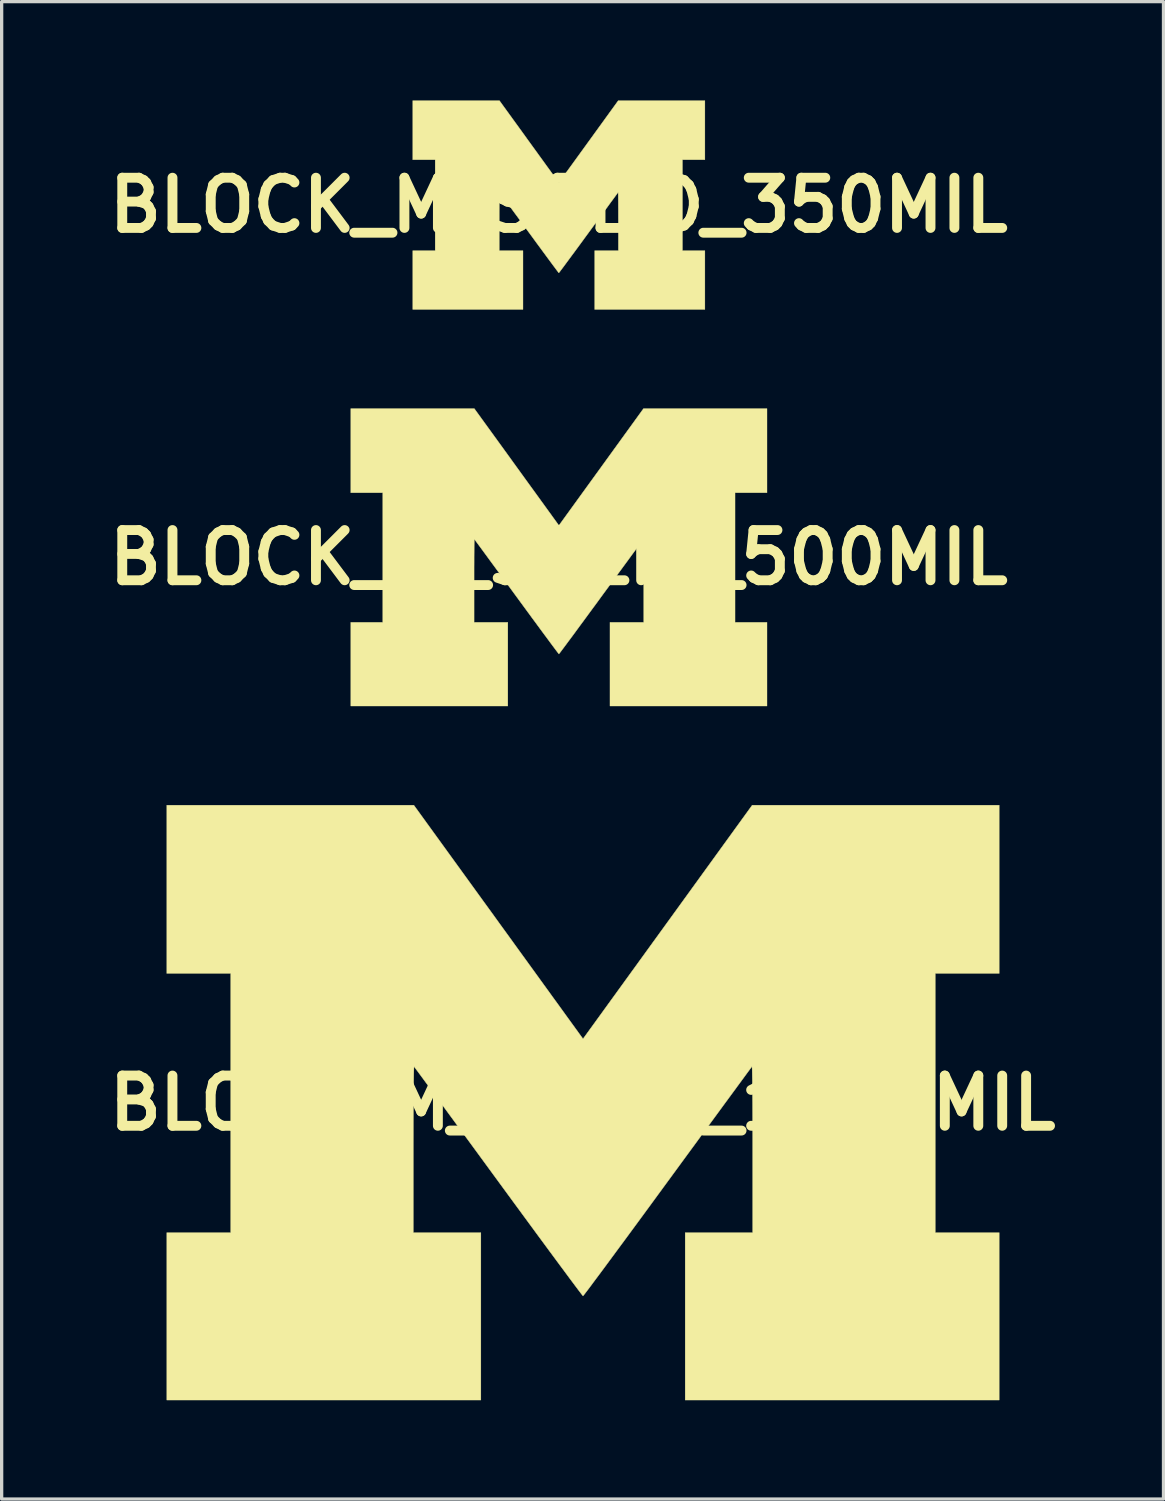
<source format=kicad_pcb>
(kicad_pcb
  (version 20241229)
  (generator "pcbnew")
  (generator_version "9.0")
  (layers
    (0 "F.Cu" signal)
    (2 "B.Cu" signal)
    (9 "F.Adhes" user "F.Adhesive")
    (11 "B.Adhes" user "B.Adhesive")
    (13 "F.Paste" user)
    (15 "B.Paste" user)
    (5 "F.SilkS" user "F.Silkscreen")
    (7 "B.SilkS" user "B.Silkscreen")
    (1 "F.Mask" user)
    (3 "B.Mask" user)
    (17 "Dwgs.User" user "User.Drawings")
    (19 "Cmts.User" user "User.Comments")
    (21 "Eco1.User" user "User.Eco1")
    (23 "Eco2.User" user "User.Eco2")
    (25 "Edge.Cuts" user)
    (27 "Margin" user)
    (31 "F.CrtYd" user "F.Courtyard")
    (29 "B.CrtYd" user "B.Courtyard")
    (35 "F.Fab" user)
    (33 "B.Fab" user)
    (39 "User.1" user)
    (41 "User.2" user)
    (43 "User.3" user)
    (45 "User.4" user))
  (footprint "BLOCK_M_SOLID_1000MIL"
    (layer "F.Cu")
    (at 14.63 30.427)
    (property "Reference" "BLOCK_M_SOLID_1000MIL" (at 0 0 0) (layer "F.SilkS") (effects (font (size 1.524 1.524) (thickness 0.3))))
    (attr through_hole)
    (fp_poly (pts (xy -2.999 -6.111) (xy -2.731 -5.742) (xy -2.467 -5.376) (xy -2.207 -5.018) (xy -1.956 -4.67) (xy -1.714 -4.336) (xy -1.485 -4.02) (xy -1.271 -3.724) (xy -1.074 -3.452) (xy -0.897 -3.207) (xy -0.742 -2.994) (xy -0.612 -2.814) (xy -0.509 -2.671) (xy -0.435 -2.569) (xy -0.432 -2.565) (xy 0.014 -1.949) (xy 2.581 -5.494) (xy 5.148 -9.04) (xy 8.897 -9.04) (xy 12.645 -9.04) (xy 12.645 -3.933) (xy 10.706 -3.933) (xy 10.706 3.933) (xy 12.645 3.933) (xy 12.645 9.013) (xy 3.114 9.013) (xy 3.114 3.933) (xy 5.162 3.933) (xy 5.162 1.402) (xy 5.162 1.036) (xy 5.161 0.686) (xy 5.16 0.356) (xy 5.159 0.05) (xy 5.157 -0.228) (xy 5.155 -0.475) (xy 5.153 -0.687) (xy 5.15 -0.86) (xy 5.148 -0.99) (xy 5.145 -1.074) (xy 5.142 -1.108) (xy 5.141 -1.109) (xy 5.123 -1.085) (xy 5.075 -1.019) (xy 4.997 -0.914) (xy 4.893 -0.772) (xy 4.763 -0.595) (xy 4.61 -0.386) (xy 4.435 -0.148) (xy 4.239 0.119) (xy 4.026 0.41) (xy 3.796 0.724) (xy 3.551 1.059) (xy 3.293 1.411) (xy 3.023 1.779) (xy 2.744 2.161) (xy 2.581 2.383) (xy 2.297 2.771) (xy 2.022 3.147) (xy 1.757 3.508) (xy 1.504 3.852) (xy 1.265 4.177) (xy 1.041 4.48) (xy 0.835 4.759) (xy 0.648 5.013) (xy 0.481 5.237) (xy 0.337 5.43) (xy 0.218 5.591) (xy 0.124 5.715) (xy 0.058 5.801) (xy 0.021 5.847) (xy 0.014 5.855) (xy -0.005 5.833) (xy -0.054 5.769) (xy -0.132 5.667) (xy -0.237 5.527) (xy -0.368 5.352) (xy -0.521 5.145) (xy -0.697 4.908) (xy -0.893 4.643) (xy -1.106 4.354) (xy -1.337 4.041) (xy -1.582 3.707) (xy -1.84 3.356) (xy -2.11 2.988) (xy -2.389 2.607) (xy -2.553 2.383) (xy -2.837 1.995) (xy -3.112 1.619) (xy -3.377 1.257) (xy -3.63 0.912) (xy -3.869 0.586) (xy -4.092 0.282) (xy -4.298 0.001) (xy -4.485 -0.254) (xy -4.651 -0.48) (xy -4.794 -0.675) (xy -4.913 -0.837) (xy -5.007 -0.964) (xy -5.072 -1.052) (xy -5.108 -1.1) (xy -5.114 -1.109) (xy -5.117 -1.085) (xy -5.12 -1.01) (xy -5.123 -0.889) (xy -5.125 -0.724) (xy -5.127 -0.519) (xy -5.129 -0.279) (xy -5.131 -0.006) (xy -5.133 0.295) (xy -5.134 0.62) (xy -5.134 0.966) (xy -5.135 1.33) (xy -5.135 1.402) (xy -5.135 3.933) (xy -3.086 3.933) (xy -3.086 9.013) (xy -12.618 9.013) (xy -12.618 3.933) (xy -10.679 3.933) (xy -10.679 -3.933) (xy -12.618 -3.933) (xy -12.618 -9.04) (xy -5.12 -9.04) (xy -2.999 -6.111)) (stroke (width 0.01) (type solid)) (fill yes) (layer "F.SilkS")))
  (footprint "BLOCK_M_SOLID_500MIL"
    (layer "F.Cu")
    (at 13.905 13.871)
    (property "Reference" "BLOCK_M_SOLID_500MIL" (at 0 0 0) (layer "F.SilkS") (effects (font (size 1.524 1.524) (thickness 0.3))))
    (attr through_hole)
    (fp_poly (pts (xy -1.499 -3.056) (xy -1.366 -2.871) (xy -1.233 -2.688) (xy -1.104 -2.509) (xy -0.978 -2.335) (xy -0.857 -2.168) (xy -0.742 -2.01) (xy -0.635 -1.862) (xy -0.537 -1.726) (xy -0.448 -1.604) (xy -0.371 -1.497) (xy -0.306 -1.407) (xy -0.254 -1.336) (xy -0.217 -1.285) (xy -0.216 -1.283) (xy 0.007 -0.974) (xy 2.574 -4.52) (xy 4.448 -4.52) (xy 6.323 -4.52) (xy 6.323 -1.966) (xy 5.353 -1.966) (xy 5.353 1.966) (xy 6.323 1.966) (xy 6.323 4.506) (xy 1.557 4.506) (xy 1.557 1.966) (xy 2.581 1.966) (xy 2.581 0.701) (xy 2.581 0.518) (xy 2.581 0.343) (xy 2.58 0.178) (xy 2.579 0.025) (xy 2.579 -0.114) (xy 2.578 -0.237) (xy 2.576 -0.343) (xy 2.575 -0.43) (xy 2.574 -0.495) (xy 2.572 -0.537) (xy 2.571 -0.554) (xy 2.571 -0.554) (xy 2.562 -0.542) (xy 2.537 -0.509) (xy 2.499 -0.457) (xy 2.446 -0.386) (xy 2.382 -0.298) (xy 2.305 -0.193) (xy 2.217 -0.074) (xy 2.12 0.059) (xy 2.013 0.205) (xy 1.898 0.362) (xy 1.775 0.529) (xy 1.646 0.706) (xy 1.512 0.89) (xy 1.372 1.08) (xy 1.29 1.192) (xy 1.149 1.386) (xy 1.011 1.573) (xy 0.878 1.754) (xy 0.752 1.926) (xy 0.632 2.088) (xy 0.521 2.24) (xy 0.418 2.38) (xy 0.324 2.506) (xy 0.241 2.618) (xy 0.169 2.715) (xy 0.109 2.795) (xy 0.062 2.858) (xy 0.029 2.901) (xy 0.011 2.924) (xy 0.007 2.927) (xy -0.002 2.916) (xy -0.027 2.885) (xy -0.066 2.833) (xy -0.119 2.763) (xy -0.184 2.676) (xy -0.261 2.572) (xy -0.348 2.454) (xy -0.446 2.322) (xy -0.553 2.177) (xy -0.668 2.02) (xy -0.791 1.854) (xy -0.92 1.678) (xy -1.055 1.494) (xy -1.194 1.304) (xy -1.277 1.191) (xy -1.419 0.997) (xy -1.556 0.809) (xy -1.689 0.629) (xy -1.815 0.456) (xy -1.934 0.293) (xy -2.046 0.141) (xy -2.149 0.000383) (xy -2.242 -0.127) (xy -2.325 -0.24) (xy -2.397 -0.338) (xy -2.457 -0.419) (xy -2.503 -0.482) (xy -2.536 -0.526) (xy -2.554 -0.55) (xy -2.557 -0.554) (xy -2.559 -0.542) (xy -2.56 -0.505) (xy -2.561 -0.444) (xy -2.563 -0.362) (xy -2.564 -0.26) (xy -2.565 -0.139) (xy -2.566 -0.003) (xy -2.566 0.147) (xy -2.567 0.31) (xy -2.567 0.483) (xy -2.567 0.665) (xy -2.567 0.701) (xy -2.567 1.966) (xy -1.543 1.966) (xy -1.543 4.506) (xy -6.309 4.506) (xy -6.309 1.966) (xy -5.339 1.966) (xy -5.339 -1.966) (xy -6.309 -1.966) (xy -6.309 -4.52) (xy -2.56 -4.52) (xy -1.499 -3.056)) (stroke (width 0.01) (type solid)) (fill yes) (layer "F.SilkS")))
  (footprint "BLOCK_M_SOLID_350MIL"
    (layer "F.Cu")
    (at 13.905 3.178)
    (property "Reference" "BLOCK_M_SOLID_350MIL" (at 0 0 0) (layer "F.SilkS") (effects (font (size 1.524 1.524) (thickness 0.3))))
    (attr through_hole)
    (fp_poly (pts (xy -1.052 -2.145) (xy -0.959 -2.015) (xy -0.866 -1.887) (xy -0.775 -1.761) (xy -0.686 -1.639) (xy -0.602 -1.522) (xy -0.521 -1.411) (xy -0.446 -1.307) (xy -0.377 -1.211) (xy -0.315 -1.126) (xy -0.26 -1.051) (xy -0.215 -0.987) (xy -0.178 -0.937) (xy -0.153 -0.902) (xy -0.152 -0.9) (xy 0.005 -0.684) (xy 0.906 -1.928) (xy 1.807 -3.173) (xy 3.122 -3.173) (xy 4.438 -3.173) (xy 4.438 -1.38) (xy 3.757 -1.38) (xy 3.757 1.38) (xy 4.438 1.38) (xy 4.438 3.163) (xy 1.093 3.163) (xy 1.093 1.38) (xy 1.812 1.38) (xy 1.812 0.492) (xy 1.811 0.364) (xy 1.811 0.241) (xy 1.811 0.125) (xy 1.81 0.018) (xy 1.81 -0.08) (xy 1.809 -0.167) (xy 1.808 -0.241) (xy 1.808 -0.302) (xy 1.807 -0.347) (xy 1.806 -0.377) (xy 1.805 -0.389) (xy 1.804 -0.389) (xy 1.798 -0.381) (xy 1.781 -0.358) (xy 1.754 -0.321) (xy 1.717 -0.271) (xy 1.672 -0.209) (xy 1.618 -0.136) (xy 1.556 -0.052) (xy 1.488 0.042) (xy 1.413 0.144) (xy 1.332 0.254) (xy 1.246 0.371) (xy 1.156 0.495) (xy 1.061 0.624) (xy 0.963 0.758) (xy 0.906 0.836) (xy 0.806 0.972) (xy 0.71 1.104) (xy 0.617 1.231) (xy 0.528 1.352) (xy 0.444 1.466) (xy 0.365 1.572) (xy 0.293 1.67) (xy 0.227 1.759) (xy 0.169 1.838) (xy 0.118 1.906) (xy 0.076 1.962) (xy 0.043 2.006) (xy 0.02 2.036) (xy 0.007 2.052) (xy 0.005 2.055) (xy -0.002 2.047) (xy -0.019 2.025) (xy -0.046 1.989) (xy -0.083 1.94) (xy -0.129 1.878) (xy -0.183 1.806) (xy -0.245 1.722) (xy -0.313 1.63) (xy -0.388 1.528) (xy -0.469 1.418) (xy -0.555 1.301) (xy -0.646 1.178) (xy -0.74 1.049) (xy -0.838 0.915) (xy -0.896 0.836) (xy -0.996 0.7) (xy -1.092 0.568) (xy -1.185 0.441) (xy -1.274 0.32) (xy -1.358 0.206) (xy -1.436 0.099) (xy -1.508 0.000269) (xy -1.574 -0.089) (xy -1.632 -0.168) (xy -1.683 -0.237) (xy -1.724 -0.294) (xy -1.757 -0.338) (xy -1.78 -0.369) (xy -1.792 -0.386) (xy -1.795 -0.389) (xy -1.796 -0.381) (xy -1.797 -0.355) (xy -1.798 -0.312) (xy -1.799 -0.254) (xy -1.799 -0.182) (xy -1.8 -0.098) (xy -1.801 -0.002) (xy -1.801 0.103) (xy -1.802 0.218) (xy -1.802 0.339) (xy -1.802 0.467) (xy -1.802 0.492) (xy -1.802 1.38) (xy -1.083 1.38) (xy -1.083 3.163) (xy -4.428 3.163) (xy -4.428 1.38) (xy -3.748 1.38) (xy -3.748 -1.38) (xy -4.428 -1.38) (xy -4.428 -3.173) (xy -1.797 -3.173) (xy -1.052 -2.145)) (stroke (width 0.01) (type solid)) (fill yes) (layer "F.SilkS")))
  (gr_rect
    (start -3 -3)
    (end 32.261 42.445)
    (stroke (width 0.1) (type default))
    (fill no)
    (layer "Edge.Cuts")))
</source>
